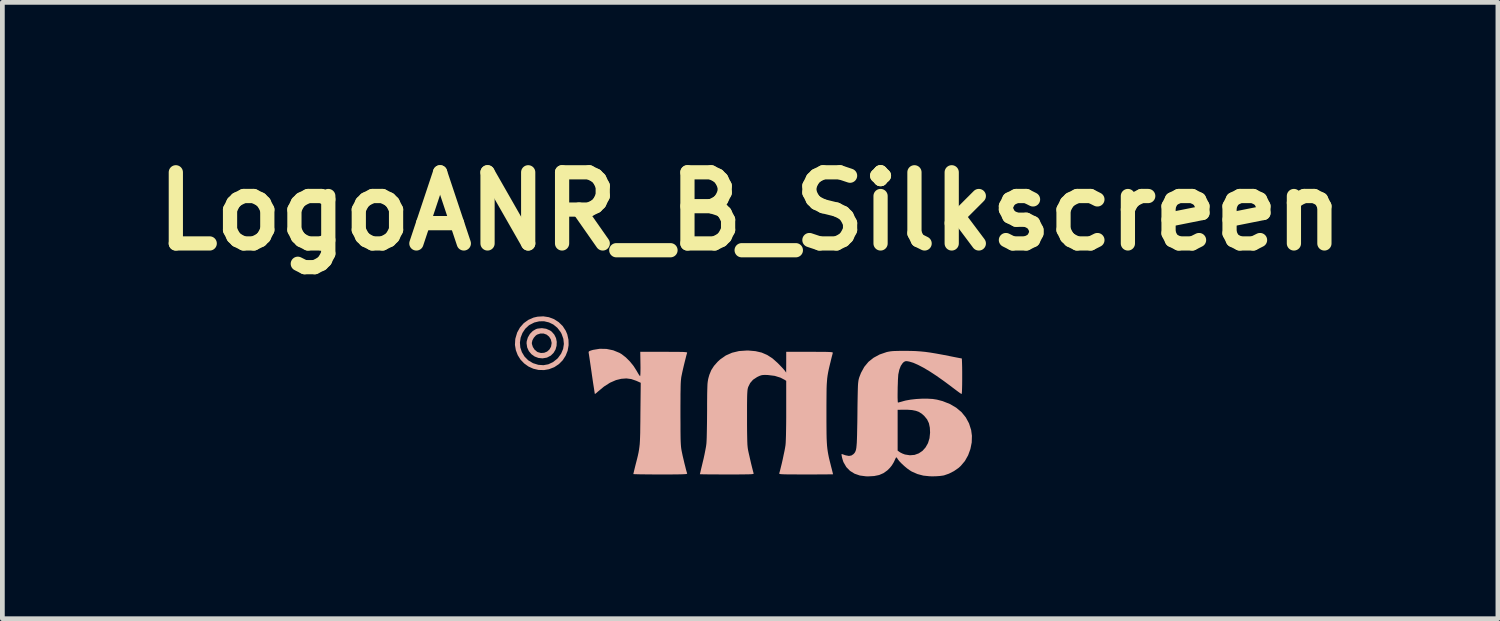
<source format=kicad_pcb>
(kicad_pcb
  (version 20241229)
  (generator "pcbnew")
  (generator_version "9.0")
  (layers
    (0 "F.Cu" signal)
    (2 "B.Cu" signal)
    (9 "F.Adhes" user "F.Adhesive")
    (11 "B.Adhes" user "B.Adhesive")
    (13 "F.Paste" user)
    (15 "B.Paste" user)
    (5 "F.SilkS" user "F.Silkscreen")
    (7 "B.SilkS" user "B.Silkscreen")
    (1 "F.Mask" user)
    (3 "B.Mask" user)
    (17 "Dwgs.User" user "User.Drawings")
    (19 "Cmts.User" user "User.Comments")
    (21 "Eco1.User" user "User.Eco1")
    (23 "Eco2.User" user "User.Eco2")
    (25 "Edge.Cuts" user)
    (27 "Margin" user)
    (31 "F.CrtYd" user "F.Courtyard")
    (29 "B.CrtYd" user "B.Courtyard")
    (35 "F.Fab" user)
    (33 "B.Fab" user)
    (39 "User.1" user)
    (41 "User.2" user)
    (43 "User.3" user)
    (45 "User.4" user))
  (footprint "LogoANR_B_Silkscreen"
    (layer "F.Cu")
    (at 12.664 5.354)
    (property "Reference" "LogoANR_B_Silkscreen" (at 0.1 -3.95 0) (layer "F.SilkS") (effects (font (size 1.5 1.5) (thickness 0.3))))
    (attr board_only exclude_from_pos_files exclude_from_bom)
    (fp_poly (pts (xy -4.378 -1.477) (xy -4.412 -1.467) (xy -4.482 -1.426) (xy -4.542 -1.365) (xy -4.586 -1.29) (xy -4.61 -1.208) (xy -4.613 -1.167) (xy -4.6 -1.079) (xy -4.565 -1.002) (xy -4.511 -0.937) (xy -4.442 -0.888) (xy -4.363 -0.858) (xy -4.277 -0.849) (xy -4.188 -0.864) (xy -4.177 -0.868) (xy -4.101 -0.908) (xy -4.043 -0.966) (xy -4.002 -1.036) (xy -3.98 -1.115) (xy -3.978 -1.166) (xy -4.085 -1.166) (xy -4.097 -1.095) (xy -4.131 -1.036) (xy -4.18 -0.992) (xy -4.241 -0.967) (xy -4.309 -0.962) (xy -4.378 -0.981) (xy -4.392 -0.989) (xy -4.442 -1.03) (xy -4.48 -1.088) (xy -4.5 -1.151) (xy -4.502 -1.175) (xy -4.49 -1.229) (xy -4.46 -1.284) (xy -4.419 -1.33) (xy -4.391 -1.35) (xy -4.321 -1.373) (xy -4.252 -1.372) (xy -4.189 -1.349) (xy -4.138 -1.307) (xy -4.101 -1.249) (xy -4.085 -1.178) (xy -4.085 -1.166) (xy -3.978 -1.166) (xy -3.976 -1.196) (xy -3.992 -1.276) (xy -4.028 -1.349) (xy -4.083 -1.412) (xy -4.118 -1.437) (xy -4.2 -1.473) (xy -4.289 -1.486)) (stroke (width 0) (type solid)) (fill yes) (layer "B.SilkS"))
    (fp_poly (pts (xy -4.381 -1.728) (xy -4.465 -1.709) (xy -4.577 -1.66) (xy -4.673 -1.59) (xy -4.752 -1.5) (xy -4.811 -1.394) (xy -4.847 -1.273) (xy -4.851 -1.253) (xy -4.858 -1.134) (xy -4.839 -1.021) (xy -4.799 -0.916) (xy -4.74 -0.822) (xy -4.663 -0.742) (xy -4.573 -0.677) (xy -4.471 -0.631) (xy -4.361 -0.605) (xy -4.244 -0.602) (xy -4.141 -0.62) (xy -4.029 -0.663) (xy -3.931 -0.728) (xy -3.851 -0.809) (xy -3.789 -0.905) (xy -3.747 -1.01) (xy -3.727 -1.123) (xy -3.727 -1.153) (xy -3.826 -1.153) (xy -3.842 -1.049) (xy -3.884 -0.949) (xy -3.95 -0.858) (xy -3.967 -0.84) (xy -4.056 -0.77) (xy -4.154 -0.724) (xy -4.258 -0.705) (xy -4.366 -0.713) (xy -4.475 -0.747) (xy -4.481 -0.75) (xy -4.578 -0.808) (xy -4.656 -0.887) (xy -4.712 -0.98) (xy -4.745 -1.079) (xy -4.753 -1.183) (xy -4.738 -1.286) (xy -4.7 -1.384) (xy -4.642 -1.472) (xy -4.565 -1.544) (xy -4.55 -1.554) (xy -4.45 -1.605) (xy -4.346 -1.63) (xy -4.242 -1.631) (xy -4.141 -1.607) (xy -4.048 -1.562) (xy -3.965 -1.494) (xy -3.897 -1.406) (xy -3.874 -1.364) (xy -3.837 -1.26) (xy -3.826 -1.153) (xy -3.727 -1.153) (xy -3.729 -1.239) (xy -3.755 -1.356) (xy -3.787 -1.431) (xy -3.852 -1.531) (xy -3.936 -1.613) (xy -4.034 -1.676) (xy -4.143 -1.717) (xy -4.26 -1.735)) (stroke (width 0) (type solid)) (fill yes) (layer "B.SilkS"))
    (fp_poly (pts (xy -3.211 -1.028) (xy -3.236 -1.021) (xy -3.278 -1.007) (xy -3.299 -0.995) (xy -3.305 -0.98) (xy -3.303 -0.961) (xy -3.299 -0.938) (xy -3.292 -0.892) (xy -3.282 -0.825) (xy -3.27 -0.742) (xy -3.256 -0.647) (xy -3.241 -0.544) (xy -3.237 -0.514) (xy -3.222 -0.411) (xy -3.208 -0.317) (xy -3.195 -0.235) (xy -3.185 -0.17) (xy -3.178 -0.124) (xy -3.174 -0.101) (xy -3.173 -0.099) (xy -3.161 -0.104) (xy -3.136 -0.124) (xy -3.109 -0.148) (xy -2.98 -0.255) (xy -2.853 -0.336) (xy -2.727 -0.391) (xy -2.616 -0.418) (xy -2.509 -0.426) (xy -2.407 -0.413) (xy -2.3 -0.376) (xy -2.282 -0.368) (xy -2.206 -0.334) (xy -2.213 0.323) (xy -2.214 0.478) (xy -2.216 0.609) (xy -2.217 0.719) (xy -2.22 0.812) (xy -2.223 0.89) (xy -2.227 0.958) (xy -2.234 1.019) (xy -2.242 1.077) (xy -2.252 1.134) (xy -2.265 1.195) (xy -2.281 1.262) (xy -2.301 1.34) (xy -2.32 1.414) (xy -2.336 1.479) (xy -2.349 1.533) (xy -2.358 1.572) (xy -2.362 1.59) (xy -2.362 1.59) (xy -2.349 1.592) (xy -2.31 1.593) (xy -2.25 1.595) (xy -2.171 1.596) (xy -2.075 1.597) (xy -1.966 1.598) (xy -1.847 1.598) (xy -1.791 1.598) (xy -1.65 1.598) (xy -1.534 1.598) (xy -1.44 1.597) (xy -1.368 1.596) (xy -1.314 1.594) (xy -1.275 1.592) (xy -1.249 1.59) (xy -1.235 1.586) (xy -1.228 1.581) (xy -1.228 1.576) (xy -1.228 1.575) (xy -1.237 1.547) (xy -1.251 1.498) (xy -1.267 1.433) (xy -1.286 1.359) (xy -1.304 1.281) (xy -1.322 1.206) (xy -1.336 1.139) (xy -1.343 1.105) (xy -1.349 1.073) (xy -1.354 1.039) (xy -1.358 1.001) (xy -1.361 0.956) (xy -1.364 0.9) (xy -1.366 0.832) (xy -1.367 0.748) (xy -1.368 0.646) (xy -1.368 0.522) (xy -1.369 0.375) (xy -1.369 0.306) (xy -1.369 0.148) (xy -1.368 0.015) (xy -1.368 -0.096) (xy -1.366 -0.187) (xy -1.365 -0.262) (xy -1.363 -0.322) (xy -1.36 -0.372) (xy -1.356 -0.413) (xy -1.352 -0.448) (xy -1.346 -0.48) (xy -1.343 -0.493) (xy -1.331 -0.552) (xy -1.315 -0.623) (xy -1.297 -0.7) (xy -1.278 -0.777) (xy -1.26 -0.848) (xy -1.245 -0.908) (xy -1.233 -0.95) (xy -1.228 -0.964) (xy -1.228 -0.97) (xy -1.234 -0.975) (xy -1.248 -0.979) (xy -1.273 -0.981) (xy -1.313 -0.984) (xy -1.368 -0.985) (xy -1.443 -0.986) (xy -1.539 -0.986) (xy -1.659 -0.987) (xy -1.718 -0.987) (xy -2.216 -0.987) (xy -2.212 -0.73) (xy -2.211 -0.648) (xy -2.212 -0.578) (xy -2.213 -0.522) (xy -2.216 -0.486) (xy -2.219 -0.473) (xy -2.23 -0.484) (xy -2.251 -0.515) (xy -2.277 -0.559) (xy -2.293 -0.587) (xy -2.357 -0.688) (xy -2.435 -0.784) (xy -2.52 -0.869) (xy -2.606 -0.936) (xy -2.652 -0.964) (xy -2.786 -1.019) (xy -2.927 -1.048) (xy -3.07 -1.051)) (stroke (width 0) (type solid)) (fill yes) (layer "B.SilkS"))
    (fp_poly (pts (xy -0.134 -1.003) (xy -0.28 -0.968) (xy -0.412 -0.91) (xy -0.531 -0.827) (xy -0.584 -0.778) (xy -0.661 -0.691) (xy -0.718 -0.603) (xy -0.759 -0.504) (xy -0.778 -0.438) (xy -0.785 -0.409) (xy -0.79 -0.38) (xy -0.795 -0.346) (xy -0.799 -0.306) (xy -0.801 -0.256) (xy -0.803 -0.193) (xy -0.805 -0.114) (xy -0.806 -0.016) (xy -0.807 0.104) (xy -0.807 0.248) (xy -0.808 0.378) (xy -0.809 0.503) (xy -0.811 0.622) (xy -0.813 0.728) (xy -0.815 0.82) (xy -0.818 0.892) (xy -0.821 0.941) (xy -0.822 0.952) (xy -0.829 1.007) (xy -0.843 1.082) (xy -0.86 1.169) (xy -0.88 1.262) (xy -0.897 1.332) (xy -0.916 1.412) (xy -0.933 1.482) (xy -0.946 1.539) (xy -0.955 1.577) (xy -0.959 1.592) (xy -0.959 1.593) (xy -0.945 1.594) (xy -0.907 1.595) (xy -0.847 1.596) (xy -0.767 1.597) (xy -0.672 1.597) (xy -0.563 1.598) (xy -0.444 1.598) (xy -0.388 1.598) (xy -0.247 1.598) (xy -0.131 1.598) (xy -0.038 1.597) (xy 0.034 1.596) (xy 0.088 1.595) (xy 0.127 1.593) (xy 0.153 1.59) (xy 0.168 1.586) (xy 0.174 1.582) (xy 0.175 1.576) (xy 0.174 1.574) (xy 0.166 1.548) (xy 0.154 1.501) (xy 0.138 1.438) (xy 0.12 1.365) (xy 0.102 1.287) (xy 0.085 1.211) (xy 0.069 1.142) (xy 0.057 1.085) (xy 0.053 1.063) (xy 0.048 1.025) (xy 0.043 0.971) (xy 0.04 0.898) (xy 0.038 0.804) (xy 0.036 0.689) (xy 0.035 0.549) (xy 0.035 0.396) (xy 0.035 0.253) (xy 0.035 0.135) (xy 0.036 0.039) (xy 0.037 -0.038) (xy 0.039 -0.098) (xy 0.042 -0.145) (xy 0.045 -0.18) (xy 0.049 -0.207) (xy 0.055 -0.229) (xy 0.059 -0.244) (xy 0.101 -0.329) (xy 0.161 -0.398) (xy 0.244 -0.453) (xy 0.257 -0.46) (xy 0.3 -0.48) (xy 0.334 -0.492) (xy 0.368 -0.498) (xy 0.412 -0.5) (xy 0.473 -0.498) (xy 0.482 -0.497) (xy 0.619 -0.48) (xy 0.741 -0.442) (xy 0.829 -0.396) (xy 0.861 -0.375) (xy 0.861 0.24) (xy 0.861 0.391) (xy 0.86 0.531) (xy 0.858 0.658) (xy 0.856 0.77) (xy 0.853 0.862) (xy 0.85 0.933) (xy 0.846 0.979) (xy 0.846 0.98) (xy 0.838 1.03) (xy 0.825 1.101) (xy 0.807 1.185) (xy 0.788 1.277) (xy 0.767 1.369) (xy 0.746 1.454) (xy 0.728 1.527) (xy 0.714 1.574) (xy 0.714 1.58) (xy 0.718 1.585) (xy 0.729 1.589) (xy 0.75 1.592) (xy 0.783 1.594) (xy 0.83 1.596) (xy 0.895 1.597) (xy 0.978 1.597) (xy 1.084 1.598) (xy 1.213 1.598) (xy 1.277 1.598) (xy 1.4 1.598) (xy 1.514 1.598) (xy 1.616 1.597) (xy 1.703 1.597) (xy 1.772 1.596) (xy 1.82 1.596) (xy 1.845 1.595) (xy 1.848 1.594) (xy 1.845 1.58) (xy 1.836 1.544) (xy 1.823 1.491) (xy 1.806 1.426) (xy 1.799 1.397) (xy 1.779 1.318) (xy 1.762 1.248) (xy 1.749 1.184) (xy 1.738 1.123) (xy 1.729 1.061) (xy 1.722 0.995) (xy 1.717 0.921) (xy 1.713 0.837) (xy 1.711 0.739) (xy 1.71 0.624) (xy 1.709 0.488) (xy 1.709 0.329) (xy 1.709 0.299) (xy 1.709 0.138) (xy 1.71 0.002) (xy 1.711 -0.113) (xy 1.712 -0.21) (xy 1.715 -0.292) (xy 1.72 -0.364) (xy 1.725 -0.427) (xy 1.733 -0.487) (xy 1.743 -0.545) (xy 1.755 -0.605) (xy 1.77 -0.671) (xy 1.788 -0.746) (xy 1.793 -0.764) (xy 1.809 -0.832) (xy 1.824 -0.891) (xy 1.836 -0.936) (xy 1.842 -0.961) (xy 1.842 -0.962) (xy 1.843 -0.969) (xy 1.839 -0.974) (xy 1.827 -0.978) (xy 1.804 -0.981) (xy 1.769 -0.983) (xy 1.719 -0.985) (xy 1.65 -0.986) (xy 1.561 -0.986) (xy 1.448 -0.987) (xy 1.356 -0.987) (xy 0.861 -0.987) (xy 0.861 -0.768) (xy 0.86 -0.549) (xy 0.83 -0.591) (xy 0.808 -0.617) (xy 0.772 -0.657) (xy 0.726 -0.705) (xy 0.68 -0.752) (xy 0.572 -0.848) (xy 0.461 -0.92) (xy 0.343 -0.971) (xy 0.213 -1.001) (xy 0.066 -1.014) (xy 0.027 -1.014)) (stroke (width 0) (type solid)) (fill yes) (layer "B.SilkS"))
    (fp_poly (pts (xy 3.264 -1.007) (xy 3.182 -1.005) (xy 3.117 -1.003) (xy 3.066 -0.998) (xy 3.023 -0.991) (xy 2.984 -0.983) (xy 2.98 -0.982) (xy 2.831 -0.931) (xy 2.703 -0.862) (xy 2.595 -0.776) (xy 2.507 -0.67) (xy 2.438 -0.544) (xy 2.402 -0.452) (xy 2.395 -0.429) (xy 2.389 -0.406) (xy 2.384 -0.382) (xy 2.38 -0.352) (xy 2.376 -0.316) (xy 2.373 -0.269) (xy 2.371 -0.209) (xy 2.369 -0.135) (xy 2.367 -0.042) (xy 2.365 0.07) (xy 2.363 0.206) (xy 2.362 0.333) (xy 2.36 0.499) (xy 2.357 0.638) (xy 2.355 0.755) (xy 2.352 0.851) (xy 2.349 0.929) (xy 2.344 0.991) (xy 2.339 1.039) (xy 2.332 1.077) (xy 2.323 1.105) (xy 2.313 1.127) (xy 2.301 1.146) (xy 2.286 1.162) (xy 2.279 1.17) (xy 2.235 1.199) (xy 2.183 1.208) (xy 2.117 1.196) (xy 2.091 1.188) (xy 2.056 1.175) (xy 2.033 1.168) (xy 2.03 1.167) (xy 2.027 1.179) (xy 2.031 1.209) (xy 2.04 1.251) (xy 2.053 1.295) (xy 2.066 1.335) (xy 2.07 1.343) (xy 2.128 1.443) (xy 2.206 1.523) (xy 2.301 1.582) (xy 2.414 1.621) (xy 2.544 1.638) (xy 2.587 1.639) (xy 2.714 1.632) (xy 2.821 1.61) (xy 2.913 1.57) (xy 2.994 1.512) (xy 3.047 1.459) (xy 3.087 1.409) (xy 3.123 1.351) (xy 3.142 1.313) (xy 3.16 1.272) (xy 3.174 1.245) (xy 3.182 1.237) (xy 3.194 1.247) (xy 3.212 1.273) (xy 3.213 1.276) (xy 3.244 1.317) (xy 3.292 1.367) (xy 3.35 1.421) (xy 3.411 1.472) (xy 3.47 1.514) (xy 3.509 1.538) (xy 3.628 1.59) (xy 3.752 1.623) (xy 3.888 1.637) (xy 3.953 1.638) (xy 4.026 1.636) (xy 4.098 1.631) (xy 4.159 1.623) (xy 4.187 1.618) (xy 4.291 1.582) (xy 4.397 1.528) (xy 4.494 1.461) (xy 4.541 1.418) (xy 4.628 1.315) (xy 4.696 1.194) (xy 4.744 1.062) (xy 4.772 0.923) (xy 4.776 0.783) (xy 4.767 0.716) (xy 3.894 0.716) (xy 3.882 0.834) (xy 3.85 0.938) (xy 3.799 1.028) (xy 3.734 1.101) (xy 3.655 1.154) (xy 3.566 1.186) (xy 3.468 1.194) (xy 3.365 1.178) (xy 3.359 1.176) (xy 3.309 1.157) (xy 3.264 1.134) (xy 3.252 1.126) (xy 3.21 1.096) (xy 3.21 0.666) (xy 3.21 0.236) (xy 3.297 0.234) (xy 3.417 0.234) (xy 3.515 0.241) (xy 3.595 0.257) (xy 3.661 0.282) (xy 3.72 0.319) (xy 3.773 0.367) (xy 3.831 0.438) (xy 3.869 0.518) (xy 3.889 0.612) (xy 3.894 0.716) (xy 4.767 0.716) (xy 4.76 0.663) (xy 4.715 0.522) (xy 4.647 0.396) (xy 4.557 0.285) (xy 4.445 0.191) (xy 4.311 0.113) (xy 4.157 0.052) (xy 4.038 0.021) (xy 3.949 0.007) (xy 3.841 0.001) (xy 3.722 0.001) (xy 3.601 0.008) (xy 3.485 0.021) (xy 3.383 0.039) (xy 3.351 0.047) (xy 3.295 0.063) (xy 3.25 0.075) (xy 3.222 0.082) (xy 3.216 0.083) (xy 3.213 0.07) (xy 3.211 0.034) (xy 3.209 -0.02) (xy 3.209 -0.087) (xy 3.21 -0.163) (xy 3.211 -0.243) (xy 3.214 -0.321) (xy 3.216 -0.393) (xy 3.22 -0.455) (xy 3.223 -0.5) (xy 3.224 -0.51) (xy 3.245 -0.609) (xy 3.276 -0.69) (xy 3.316 -0.749) (xy 3.338 -0.77) (xy 3.363 -0.785) (xy 3.387 -0.791) (xy 3.42 -0.788) (xy 3.457 -0.781) (xy 3.54 -0.756) (xy 3.64 -0.712) (xy 3.757 -0.651) (xy 3.888 -0.573) (xy 4.03 -0.48) (xy 4.183 -0.372) (xy 4.345 -0.252) (xy 4.353 -0.245) (xy 4.417 -0.197) (xy 4.473 -0.155) (xy 4.517 -0.123) (xy 4.547 -0.103) (xy 4.558 -0.097) (xy 4.562 -0.111) (xy 4.566 -0.15) (xy 4.568 -0.212) (xy 4.57 -0.295) (xy 4.571 -0.396) (xy 4.571 -0.472) (xy 4.571 -0.571) (xy 4.57 -0.66) (xy 4.568 -0.736) (xy 4.566 -0.795) (xy 4.564 -0.833) (xy 4.561 -0.848) (xy 4.561 -0.848) (xy 4.545 -0.85) (xy 4.506 -0.857) (xy 4.449 -0.868) (xy 4.378 -0.882) (xy 4.314 -0.895) (xy 4.156 -0.926) (xy 4.019 -0.951) (xy 3.898 -0.971) (xy 3.789 -0.986) (xy 3.686 -0.996) (xy 3.585 -1.003) (xy 3.479 -1.006) (xy 3.37 -1.007)) (stroke (width 0) (type solid)) (fill yes) (layer "B.SilkS")))
  (gr_rect
    (start -3 -3)
    (end 28.529 9.993)
    (stroke (width 0.1) (type default))
    (fill no)
    (layer "Edge.Cuts")))
</source>
